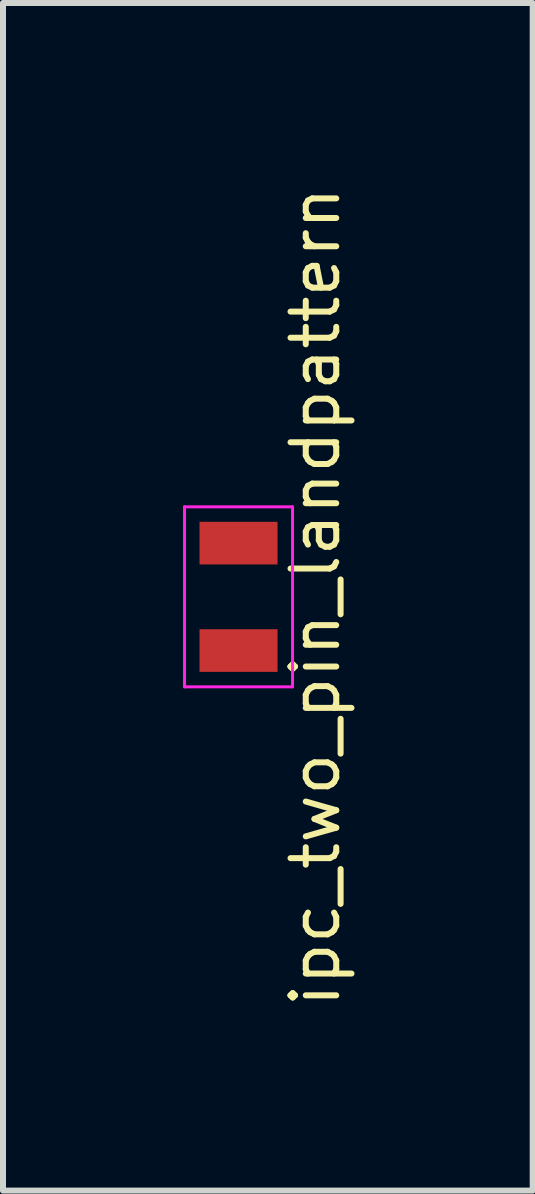
<source format=kicad_pcb>
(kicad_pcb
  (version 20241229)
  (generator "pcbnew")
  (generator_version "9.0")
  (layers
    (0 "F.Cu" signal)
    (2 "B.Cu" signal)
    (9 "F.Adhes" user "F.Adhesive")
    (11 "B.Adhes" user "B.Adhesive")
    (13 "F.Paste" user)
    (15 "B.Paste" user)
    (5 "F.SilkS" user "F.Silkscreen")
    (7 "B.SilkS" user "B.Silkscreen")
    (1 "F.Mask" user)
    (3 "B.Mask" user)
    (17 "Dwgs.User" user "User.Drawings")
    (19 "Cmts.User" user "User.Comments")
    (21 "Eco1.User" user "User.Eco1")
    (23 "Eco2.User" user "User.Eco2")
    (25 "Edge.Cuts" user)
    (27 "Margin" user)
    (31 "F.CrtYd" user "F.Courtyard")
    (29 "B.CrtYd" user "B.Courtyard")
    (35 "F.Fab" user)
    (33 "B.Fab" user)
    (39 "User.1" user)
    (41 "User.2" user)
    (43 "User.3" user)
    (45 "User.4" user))
  (footprint "ipc_two_pin_landpattern"
    (layer "F.Cu")
    (at 0.925 6.896)
    (property "Reference" "ipc_two_pin_landpattern" (at 1.281 0 90) (layer "F.SilkS") (effects (font (size 0.762 0.762) (thickness 0.1))))
    (attr through_hole)
    (fp_poly (pts (xy -0.8 -0.389) (xy 0.8 -0.389) (xy 0.8 -1.4) (xy -0.8 -1.4)) (stroke (width 0) (type solid)) (fill yes) (layer "F.Mask"))
    (fp_poly (pts (xy -0.8 1.4) (xy 0.8 1.4) (xy 0.8 0.389) (xy -0.8 0.389)) (stroke (width 0) (type solid)) (fill yes) (layer "F.Mask"))
    (fp_line (start -0.9 -1.5) (end -0.9 1.5) (stroke (width 0.05) (type solid)) (layer "F.CrtYd"))
    (fp_line (start -0.9 1.5) (end 0.9 1.5) (stroke (width 0.05) (type solid)) (layer "F.CrtYd"))
    (fp_line (start 0.9 -1.5) (end -0.9 -1.5) (stroke (width 0.05) (type solid)) (layer "F.CrtYd"))
    (fp_line (start 0.9 1.5) (end 0.9 -1.5) (stroke (width 0.05) (type solid)) (layer "F.CrtYd"))
    (pad "1" smd rect (at 0 -0.895) (size 1.3 0.711) (layers "F.Cu" "F.Paste"))
    (pad "2" smd rect (at 0 0.895) (size 1.3 0.711) (layers "F.Cu" "F.Paste")))
  (gr_rect
    (start -3 -3)
    (end 5.827 16.791)
    (stroke (width 0.1) (type default))
    (fill no)
    (layer "Edge.Cuts")))
</source>
